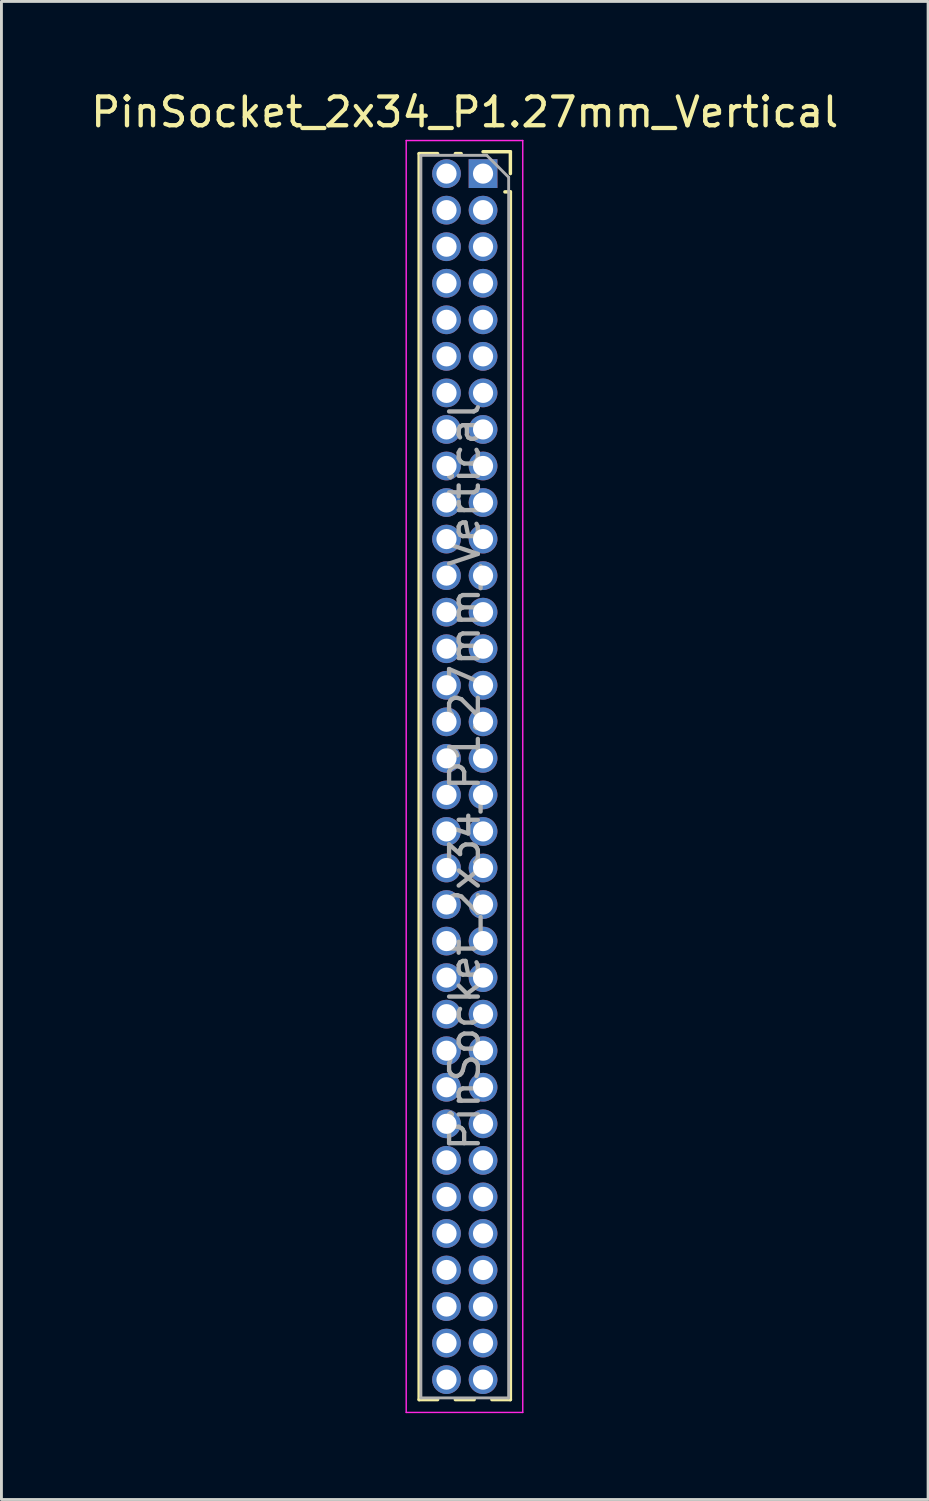
<source format=kicad_pcb>
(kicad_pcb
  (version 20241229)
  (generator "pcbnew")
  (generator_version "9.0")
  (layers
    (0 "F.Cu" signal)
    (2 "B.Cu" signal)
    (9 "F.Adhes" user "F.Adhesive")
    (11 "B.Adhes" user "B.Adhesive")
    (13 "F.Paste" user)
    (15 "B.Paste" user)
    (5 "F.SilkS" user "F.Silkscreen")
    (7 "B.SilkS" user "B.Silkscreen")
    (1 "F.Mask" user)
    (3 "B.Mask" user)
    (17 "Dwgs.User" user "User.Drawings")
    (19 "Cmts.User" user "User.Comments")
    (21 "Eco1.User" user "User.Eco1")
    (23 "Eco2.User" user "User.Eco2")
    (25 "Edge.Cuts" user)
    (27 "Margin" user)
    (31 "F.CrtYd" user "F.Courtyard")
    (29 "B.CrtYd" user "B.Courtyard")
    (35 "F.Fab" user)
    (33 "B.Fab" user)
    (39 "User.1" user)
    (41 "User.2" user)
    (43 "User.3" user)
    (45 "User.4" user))
  (footprint "PinSocket_2x34_P1.27mm_Vertical"
    (layer "F.Cu")
    (at 13.736 2.983)
    (property "Reference" "PinSocket_2x34_P1.27mm_Vertical" (at -0.635 -2.135 0) (layer "F.SilkS") (effects (font (size 1 1) (thickness 0.15))))
    (attr through_hole)
    (fp_line (start -2.22 -0.695) (end -2.22 42.605) (stroke (width 0.12) (type solid)) (layer "F.SilkS"))
    (fp_line (start -2.22 -0.695) (end -1.578 -0.695) (stroke (width 0.12) (type solid)) (layer "F.SilkS"))
    (fp_line (start -2.22 42.605) (end -1.578 42.605) (stroke (width 0.12) (type solid)) (layer "F.SilkS"))
    (fp_line (start -0.962 -0.695) (end -0.76 -0.695) (stroke (width 0.12) (type solid)) (layer "F.SilkS"))
    (fp_line (start -0.962 42.605) (end -0.308 42.605) (stroke (width 0.12) (type solid)) (layer "F.SilkS"))
    (fp_line (start 0 -0.76) (end 0.95 -0.76) (stroke (width 0.12) (type solid)) (layer "F.SilkS"))
    (fp_line (start 0.308 42.605) (end 0.95 42.605) (stroke (width 0.12) (type solid)) (layer "F.SilkS"))
    (fp_line (start 0.76 0.635) (end 0.95 0.635) (stroke (width 0.12) (type solid)) (layer "F.SilkS"))
    (fp_line (start 0.95 -0.76) (end 0.95 0) (stroke (width 0.12) (type solid)) (layer "F.SilkS"))
    (fp_line (start 0.95 0.635) (end 0.95 42.605) (stroke (width 0.12) (type solid)) (layer "F.SilkS"))
    (fp_line (start -2.67 -1.15) (end 1.38 -1.15) (stroke (width 0.05) (type solid)) (layer "F.CrtYd"))
    (fp_line (start -2.67 43.05) (end -2.67 -1.15) (stroke (width 0.05) (type solid)) (layer "F.CrtYd"))
    (fp_line (start 1.38 -1.15) (end 1.38 43.05) (stroke (width 0.05) (type solid)) (layer "F.CrtYd"))
    (fp_line (start 1.38 43.05) (end -2.67 43.05) (stroke (width 0.05) (type solid)) (layer "F.CrtYd"))
    (fp_line (start -2.16 -0.635) (end 0.128 -0.635) (stroke (width 0.1) (type solid)) (layer "F.Fab"))
    (fp_line (start -2.16 42.545) (end -2.16 -0.635) (stroke (width 0.1) (type solid)) (layer "F.Fab"))
    (fp_line (start 0.128 -0.635) (end 0.89 0.128) (stroke (width 0.1) (type solid)) (layer "F.Fab"))
    (fp_line (start 0.89 0.128) (end 0.89 42.545) (stroke (width 0.1) (type solid)) (layer "F.Fab"))
    (fp_line (start 0.89 42.545) (end -2.16 42.545) (stroke (width 0.1) (type solid)) (layer "F.Fab"))
    (fp_text user "${REFERENCE}" (at -0.635 20.955 90) (layer "F.Fab") (effects (font (size 1 1) (thickness 0.15))))
    (pad "1" thru_hole rect (at 0 0) (size 1 1) (drill 0.7) (layers "*.Cu" "*.Mask"))
    (pad "2" thru_hole oval (at -1.27 0) (size 1 1) (drill 0.7) (layers "*.Cu" "*.Mask"))
    (pad "3" thru_hole oval (at 0 1.27) (size 1 1) (drill 0.7) (layers "*.Cu" "*.Mask"))
    (pad "4" thru_hole oval (at -1.27 1.27) (size 1 1) (drill 0.7) (layers "*.Cu" "*.Mask"))
    (pad "5" thru_hole oval (at 0 2.54) (size 1 1) (drill 0.7) (layers "*.Cu" "*.Mask"))
    (pad "6" thru_hole oval (at -1.27 2.54) (size 1 1) (drill 0.7) (layers "*.Cu" "*.Mask"))
    (pad "7" thru_hole oval (at 0 3.81) (size 1 1) (drill 0.7) (layers "*.Cu" "*.Mask"))
    (pad "8" thru_hole oval (at -1.27 3.81) (size 1 1) (drill 0.7) (layers "*.Cu" "*.Mask"))
    (pad "9" thru_hole oval (at 0 5.08) (size 1 1) (drill 0.7) (layers "*.Cu" "*.Mask"))
    (pad "10" thru_hole oval (at -1.27 5.08) (size 1 1) (drill 0.7) (layers "*.Cu" "*.Mask"))
    (pad "11" thru_hole oval (at 0 6.35) (size 1 1) (drill 0.7) (layers "*.Cu" "*.Mask"))
    (pad "12" thru_hole oval (at -1.27 6.35) (size 1 1) (drill 0.7) (layers "*.Cu" "*.Mask"))
    (pad "13" thru_hole oval (at 0 7.62) (size 1 1) (drill 0.7) (layers "*.Cu" "*.Mask"))
    (pad "14" thru_hole oval (at -1.27 7.62) (size 1 1) (drill 0.7) (layers "*.Cu" "*.Mask"))
    (pad "15" thru_hole oval (at 0 8.89) (size 1 1) (drill 0.7) (layers "*.Cu" "*.Mask"))
    (pad "16" thru_hole oval (at -1.27 8.89) (size 1 1) (drill 0.7) (layers "*.Cu" "*.Mask"))
    (pad "17" thru_hole oval (at 0 10.16) (size 1 1) (drill 0.7) (layers "*.Cu" "*.Mask"))
    (pad "18" thru_hole oval (at -1.27 10.16) (size 1 1) (drill 0.7) (layers "*.Cu" "*.Mask"))
    (pad "19" thru_hole oval (at 0 11.43) (size 1 1) (drill 0.7) (layers "*.Cu" "*.Mask"))
    (pad "20" thru_hole oval (at -1.27 11.43) (size 1 1) (drill 0.7) (layers "*.Cu" "*.Mask"))
    (pad "21" thru_hole oval (at 0 12.7) (size 1 1) (drill 0.7) (layers "*.Cu" "*.Mask"))
    (pad "22" thru_hole oval (at -1.27 12.7) (size 1 1) (drill 0.7) (layers "*.Cu" "*.Mask"))
    (pad "23" thru_hole oval (at 0 13.97) (size 1 1) (drill 0.7) (layers "*.Cu" "*.Mask"))
    (pad "24" thru_hole oval (at -1.27 13.97) (size 1 1) (drill 0.7) (layers "*.Cu" "*.Mask"))
    (pad "25" thru_hole oval (at 0 15.24) (size 1 1) (drill 0.7) (layers "*.Cu" "*.Mask"))
    (pad "26" thru_hole oval (at -1.27 15.24) (size 1 1) (drill 0.7) (layers "*.Cu" "*.Mask"))
    (pad "27" thru_hole oval (at 0 16.51) (size 1 1) (drill 0.7) (layers "*.Cu" "*.Mask"))
    (pad "28" thru_hole oval (at -1.27 16.51) (size 1 1) (drill 0.7) (layers "*.Cu" "*.Mask"))
    (pad "29" thru_hole oval (at 0 17.78) (size 1 1) (drill 0.7) (layers "*.Cu" "*.Mask"))
    (pad "30" thru_hole oval (at -1.27 17.78) (size 1 1) (drill 0.7) (layers "*.Cu" "*.Mask"))
    (pad "31" thru_hole oval (at 0 19.05) (size 1 1) (drill 0.7) (layers "*.Cu" "*.Mask"))
    (pad "32" thru_hole oval (at -1.27 19.05) (size 1 1) (drill 0.7) (layers "*.Cu" "*.Mask"))
    (pad "33" thru_hole oval (at 0 20.32) (size 1 1) (drill 0.7) (layers "*.Cu" "*.Mask"))
    (pad "34" thru_hole oval (at -1.27 20.32) (size 1 1) (drill 0.7) (layers "*.Cu" "*.Mask"))
    (pad "35" thru_hole oval (at 0 21.59) (size 1 1) (drill 0.7) (layers "*.Cu" "*.Mask"))
    (pad "36" thru_hole oval (at -1.27 21.59) (size 1 1) (drill 0.7) (layers "*.Cu" "*.Mask"))
    (pad "37" thru_hole oval (at 0 22.86) (size 1 1) (drill 0.7) (layers "*.Cu" "*.Mask"))
    (pad "38" thru_hole oval (at -1.27 22.86) (size 1 1) (drill 0.7) (layers "*.Cu" "*.Mask"))
    (pad "39" thru_hole oval (at 0 24.13) (size 1 1) (drill 0.7) (layers "*.Cu" "*.Mask"))
    (pad "40" thru_hole oval (at -1.27 24.13) (size 1 1) (drill 0.7) (layers "*.Cu" "*.Mask"))
    (pad "41" thru_hole oval (at 0 25.4) (size 1 1) (drill 0.7) (layers "*.Cu" "*.Mask"))
    (pad "42" thru_hole oval (at -1.27 25.4) (size 1 1) (drill 0.7) (layers "*.Cu" "*.Mask"))
    (pad "43" thru_hole oval (at 0 26.67) (size 1 1) (drill 0.7) (layers "*.Cu" "*.Mask"))
    (pad "44" thru_hole oval (at -1.27 26.67) (size 1 1) (drill 0.7) (layers "*.Cu" "*.Mask"))
    (pad "45" thru_hole oval (at 0 27.94) (size 1 1) (drill 0.7) (layers "*.Cu" "*.Mask"))
    (pad "46" thru_hole oval (at -1.27 27.94) (size 1 1) (drill 0.7) (layers "*.Cu" "*.Mask"))
    (pad "47" thru_hole oval (at 0 29.21) (size 1 1) (drill 0.7) (layers "*.Cu" "*.Mask"))
    (pad "48" thru_hole oval (at -1.27 29.21) (size 1 1) (drill 0.7) (layers "*.Cu" "*.Mask"))
    (pad "49" thru_hole oval (at 0 30.48) (size 1 1) (drill 0.7) (layers "*.Cu" "*.Mask"))
    (pad "50" thru_hole oval (at -1.27 30.48) (size 1 1) (drill 0.7) (layers "*.Cu" "*.Mask"))
    (pad "51" thru_hole oval (at 0 31.75) (size 1 1) (drill 0.7) (layers "*.Cu" "*.Mask"))
    (pad "52" thru_hole oval (at -1.27 31.75) (size 1 1) (drill 0.7) (layers "*.Cu" "*.Mask"))
    (pad "53" thru_hole oval (at 0 33.02) (size 1 1) (drill 0.7) (layers "*.Cu" "*.Mask"))
    (pad "54" thru_hole oval (at -1.27 33.02) (size 1 1) (drill 0.7) (layers "*.Cu" "*.Mask"))
    (pad "55" thru_hole oval (at 0 34.29) (size 1 1) (drill 0.7) (layers "*.Cu" "*.Mask"))
    (pad "56" thru_hole oval (at -1.27 34.29) (size 1 1) (drill 0.7) (layers "*.Cu" "*.Mask"))
    (pad "57" thru_hole oval (at 0 35.56) (size 1 1) (drill 0.7) (layers "*.Cu" "*.Mask"))
    (pad "58" thru_hole oval (at -1.27 35.56) (size 1 1) (drill 0.7) (layers "*.Cu" "*.Mask"))
    (pad "59" thru_hole oval (at 0 36.83) (size 1 1) (drill 0.7) (layers "*.Cu" "*.Mask"))
    (pad "60" thru_hole oval (at -1.27 36.83) (size 1 1) (drill 0.7) (layers "*.Cu" "*.Mask"))
    (pad "61" thru_hole oval (at 0 38.1) (size 1 1) (drill 0.7) (layers "*.Cu" "*.Mask"))
    (pad "62" thru_hole oval (at -1.27 38.1) (size 1 1) (drill 0.7) (layers "*.Cu" "*.Mask"))
    (pad "63" thru_hole oval (at 0 39.37) (size 1 1) (drill 0.7) (layers "*.Cu" "*.Mask"))
    (pad "64" thru_hole oval (at -1.27 39.37) (size 1 1) (drill 0.7) (layers "*.Cu" "*.Mask"))
    (pad "65" thru_hole oval (at 0 40.64) (size 1 1) (drill 0.7) (layers "*.Cu" "*.Mask"))
    (pad "66" thru_hole oval (at -1.27 40.64) (size 1 1) (drill 0.7) (layers "*.Cu" "*.Mask"))
    (pad "67" thru_hole oval (at 0 41.91) (size 1 1) (drill 0.7) (layers "*.Cu" "*.Mask"))
    (pad "68" thru_hole oval (at -1.27 41.91) (size 1 1) (drill 0.7) (layers "*.Cu" "*.Mask")))
  (gr_rect
    (start -3 -3)
    (end 29.202 49.058)
    (stroke (width 0.1) (type default))
    (fill no)
    (layer "Edge.Cuts")))
</source>
